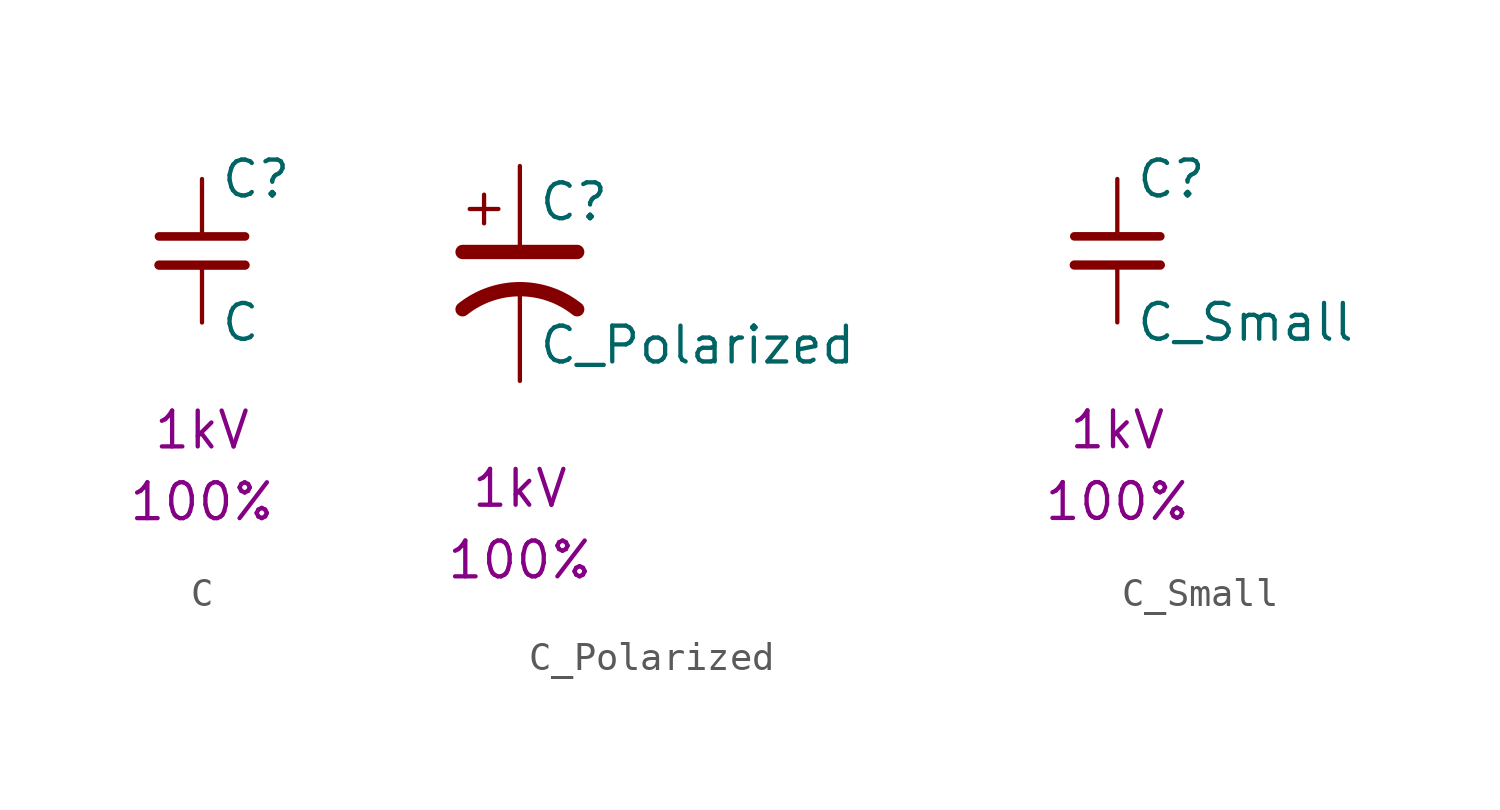
<source format=kicad_sym>
(kicad_symbol_lib
  (version 20241209)
  (generator "kicad_symbol_editor")
  (generator_version "9.0")
  (symbol "C"
    (pin_numbers
      (hide yes))
    (pin_names
      (offset 0.254))
    (property "Reference" "C"
      (at 0.635 2.54 0)
      (effects (font (size 1.27 1.27)) (justify left)))
    (property "Value" "C"
      (at 0.635 -2.54 0)
      (effects (font (size 1.27 1.27)) (justify left)))
    (property "Voltage" "1kV"
      (at 0 -6.35 0)
      (effects (font (size 1.27 1.27))))
    (property "Tolerance" "100%"
      (at 0 -8.89 0)
      (effects (font (size 1.27 1.27))))
    (symbol "C_0_1"
      (polyline (pts (xy -1.524 0.508) (xy 1.524 0.508)) (stroke (width 0.305) (type default)) (fill (type none)))
      (polyline (pts (xy -1.524 -0.508) (xy 1.524 -0.508)) (stroke (width 0.33) (type default)) (fill (type none))))
    (symbol "C_1_1"
      (pin passive line (at 0 2.54 270) (length 2.032) (name "~" (effects (font (size 1.27 1.27)))) (number "1" (effects (font (size 1.27 1.27)))))
      (pin passive line (at 0 -2.54 90) (length 2.032) (name "~" (effects (font (size 1.27 1.27)))) (number "2" (effects (font (size 1.27 1.27)))))))
  (symbol "C_Polarized"
    (pin_numbers
      (hide yes))
    (pin_names
      (offset 0.254)
      (hide yes))
    (property "Reference" "C"
      (at 0.635 2.54 0)
      (effects (font (size 1.27 1.27)) (justify left)))
    (property "Value" "C_Polarized"
      (at 0.635 -2.54 0)
      (effects (font (size 1.27 1.27)) (justify left)))
    (property "Voltage" "1kV"
      (at 0 -7.62 0)
      (effects (font (size 1.27 1.27))))
    (property "Tolerance" "100%"
      (at 0 -10.16 0)
      (effects (font (size 1.27 1.27))))
    (symbol "C_Polarized_0_1"
      (polyline (pts (xy -2.032 0.762) (xy 2.032 0.762)) (stroke (width 0.508) (type default)) (fill (type none)))
      (polyline (pts (xy -1.778 2.286) (xy -0.762 2.286)) (stroke (width 0) (type default)) (fill (type none)))
      (polyline (pts (xy -1.27 1.778) (xy -1.27 2.794)) (stroke (width 0) (type default)) (fill (type none)))
      (arc (start -2.032 -1.27) (mid 0 -0.5572) (end 2.032 -1.27) (stroke (width 0.508) (type default)) (fill (type none))))
    (symbol "C_Polarized_1_1"
      (pin passive line (at 0 3.81 270) (length 2.794) (name "~" (effects (font (size 1.27 1.27)))) (number "1" (effects (font (size 1.27 1.27)))))
      (pin passive line (at 0 -3.81 90) (length 3.302) (name "~" (effects (font (size 1.27 1.27)))) (number "2" (effects (font (size 1.27 1.27)))))))
  (symbol "C_Small"
    (pin_numbers
      (hide yes))
    (pin_names
      (offset 0.254))
    (property "Reference" "C"
      (at 0.635 2.54 0)
      (effects (font (size 1.27 1.27)) (justify left)))
    (property "Value" "C_Small"
      (at 0.635 -2.54 0)
      (effects (font (size 1.27 1.27)) (justify left)))
    (property "Voltage" "1kV"
      (at 0 -6.35 0)
      (effects (font (size 1.27 1.27))))
    (property "Tolerance" "100%"
      (at 0 -8.89 0)
      (effects (font (size 1.27 1.27))))
    (symbol "C_Small_0_1"
      (polyline (pts (xy -1.524 0.508) (xy 1.524 0.508)) (stroke (width 0.305) (type default)) (fill (type none)))
      (polyline (pts (xy -1.524 -0.508) (xy 1.524 -0.508)) (stroke (width 0.33) (type default)) (fill (type none))))
    (symbol "C_Small_1_1"
      (pin passive line (at 0 2.54 270) (length 2.032) (name "~" (effects (font (size 1.27 1.27)))) (number "1" (effects (font (size 1.27 1.27)))))
      (pin passive line (at 0 -2.54 90) (length 2.032) (name "~" (effects (font (size 1.27 1.27)))) (number "2" (effects (font (size 1.27 1.27))))))))
</source>
